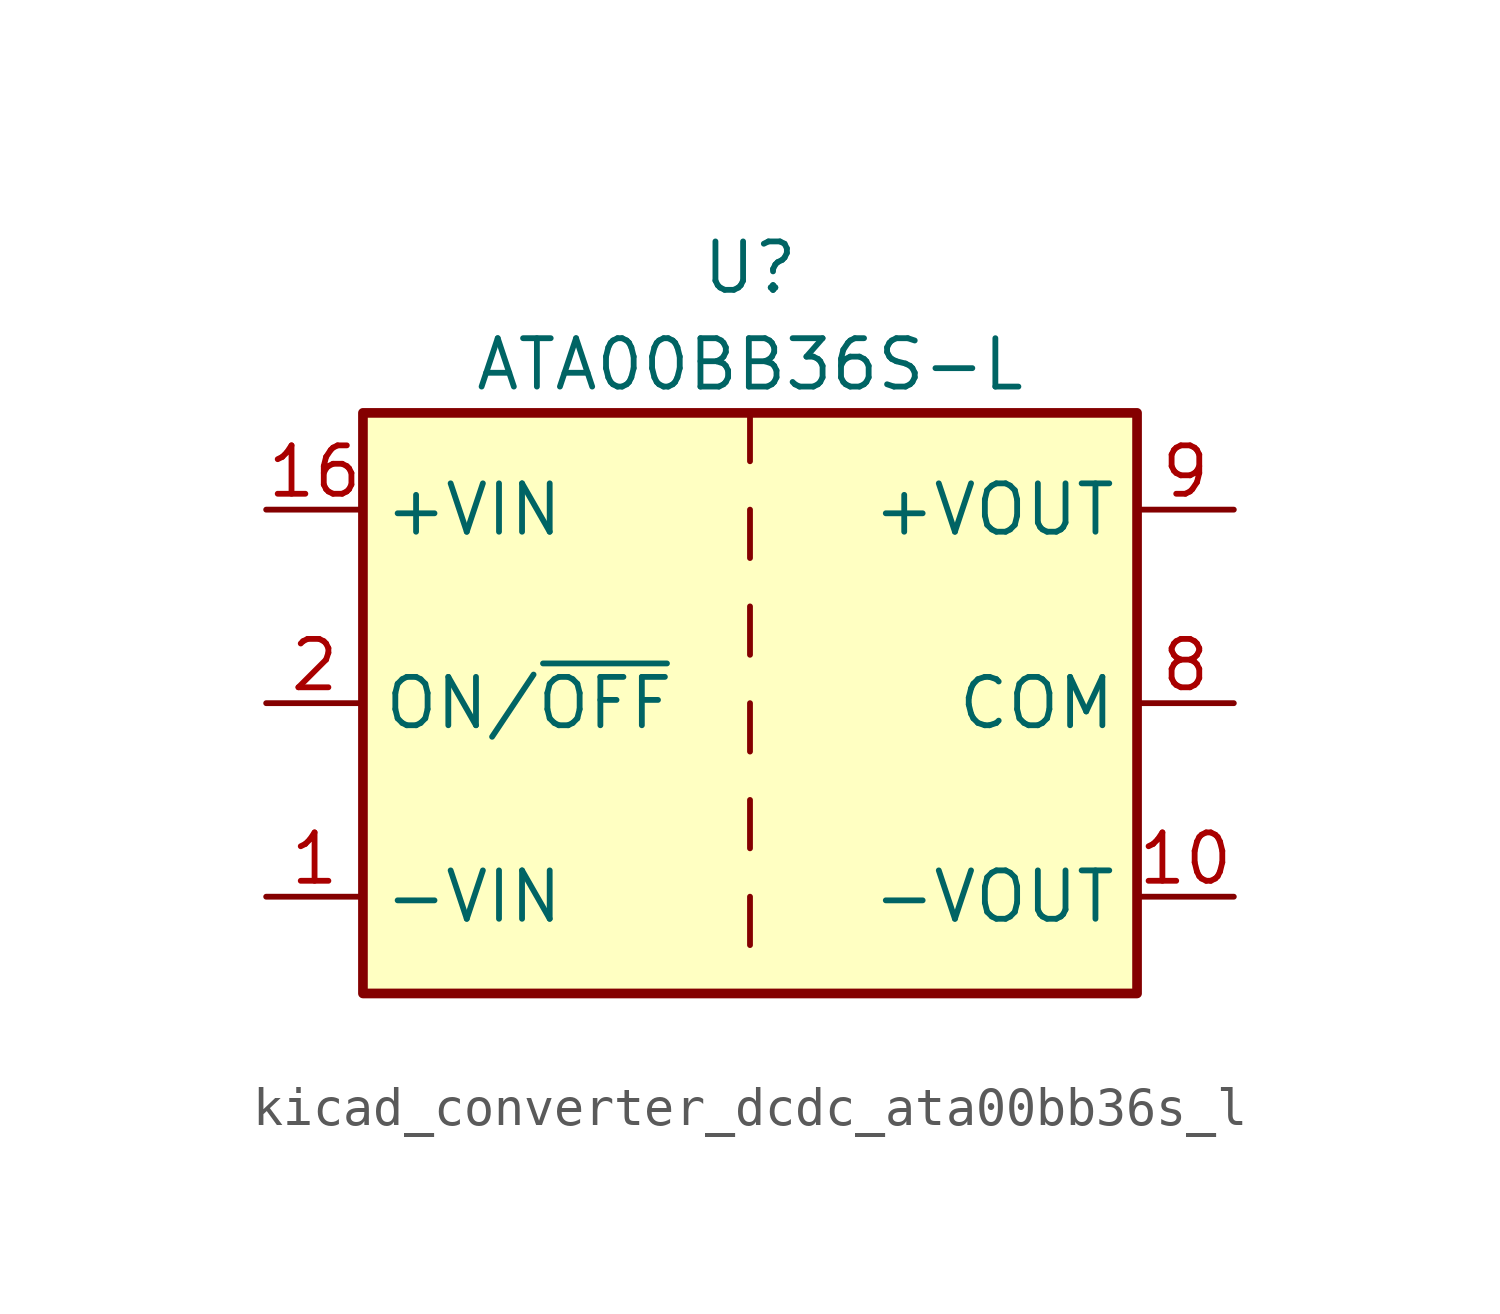
<source format=kicad_sym>
(kicad_symbol_lib
  (version 20220914)
  (generator kicad_symbol_editor)
  (symbol "kicad_converter_dcdc_ata00bb36s_l"
    (property "Reference" "U"
      (at 0 11.43 0)
      (effects (font (size 1.27 1.27))))
    (property "Value" "ATA00BB36S-L"
      (at 0 8.89 0)
      (effects (font (size 1.27 1.27))))
    (symbol "kicad_converter_dcdc_ata00bb36s_l_0_1"
      (rectangle (start -10.16 7.62) (end 10.16 -7.62) (stroke (width 0.254) (type default)) (fill (type background)))
      (polyline (pts (xy 0 -5.08) (xy 0 -6.35)) (stroke (width 0) (type default)) (fill (type none)))
      (polyline (pts (xy 0 -2.54) (xy 0 -3.81)) (stroke (width 0) (type default)) (fill (type none)))
      (polyline (pts (xy 0 0) (xy 0 -1.27)) (stroke (width 0) (type default)) (fill (type none)))
      (polyline (pts (xy 0 2.54) (xy 0 1.27)) (stroke (width 0) (type default)) (fill (type none)))
      (polyline (pts (xy 0 5.08) (xy 0 3.81)) (stroke (width 0) (type default)) (fill (type none)))
      (polyline (pts (xy 0 7.62) (xy 0 6.35)) (stroke (width 0) (type default)) (fill (type none))))
    (symbol "kicad_converter_dcdc_ata00bb36s_l_1_1"
      (pin power_in line (at -12.7 -5.08 0) (length 2.54) (name "-VIN" (effects (font (size 1.27 1.27)))) (number "1" (effects (font (size 1.27 1.27)))))
      (pin power_out line (at 12.7 -5.08 180) (length 2.54) (name "-VOUT" (effects (font (size 1.27 1.27)))) (number "10" (effects (font (size 1.27 1.27)))))
      (pin power_in line (at -12.7 5.08 0) (length 2.54) (name "+VIN" (effects (font (size 1.27 1.27)))) (number "16" (effects (font (size 1.27 1.27)))))
      (pin input line (at -12.7 0 0) (length 2.54) (name "ON/~{OFF}" (effects (font (size 1.27 1.27)))) (number "2" (effects (font (size 1.27 1.27)))))
      (pin no_connect line (at 10.16 2.54 180) (length 2.54) hide (name "NC" (effects (font (size 1.27 1.27)))) (number "7" (effects (font (size 1.27 1.27)))))
      (pin power_out line (at 12.7 0 180) (length 2.54) (name "COM" (effects (font (size 1.27 1.27)))) (number "8" (effects (font (size 1.27 1.27)))))
      (pin power_out line (at 12.7 5.08 180) (length 2.54) (name "+VOUT" (effects (font (size 1.27 1.27)))) (number "9" (effects (font (size 1.27 1.27))))))))
</source>
